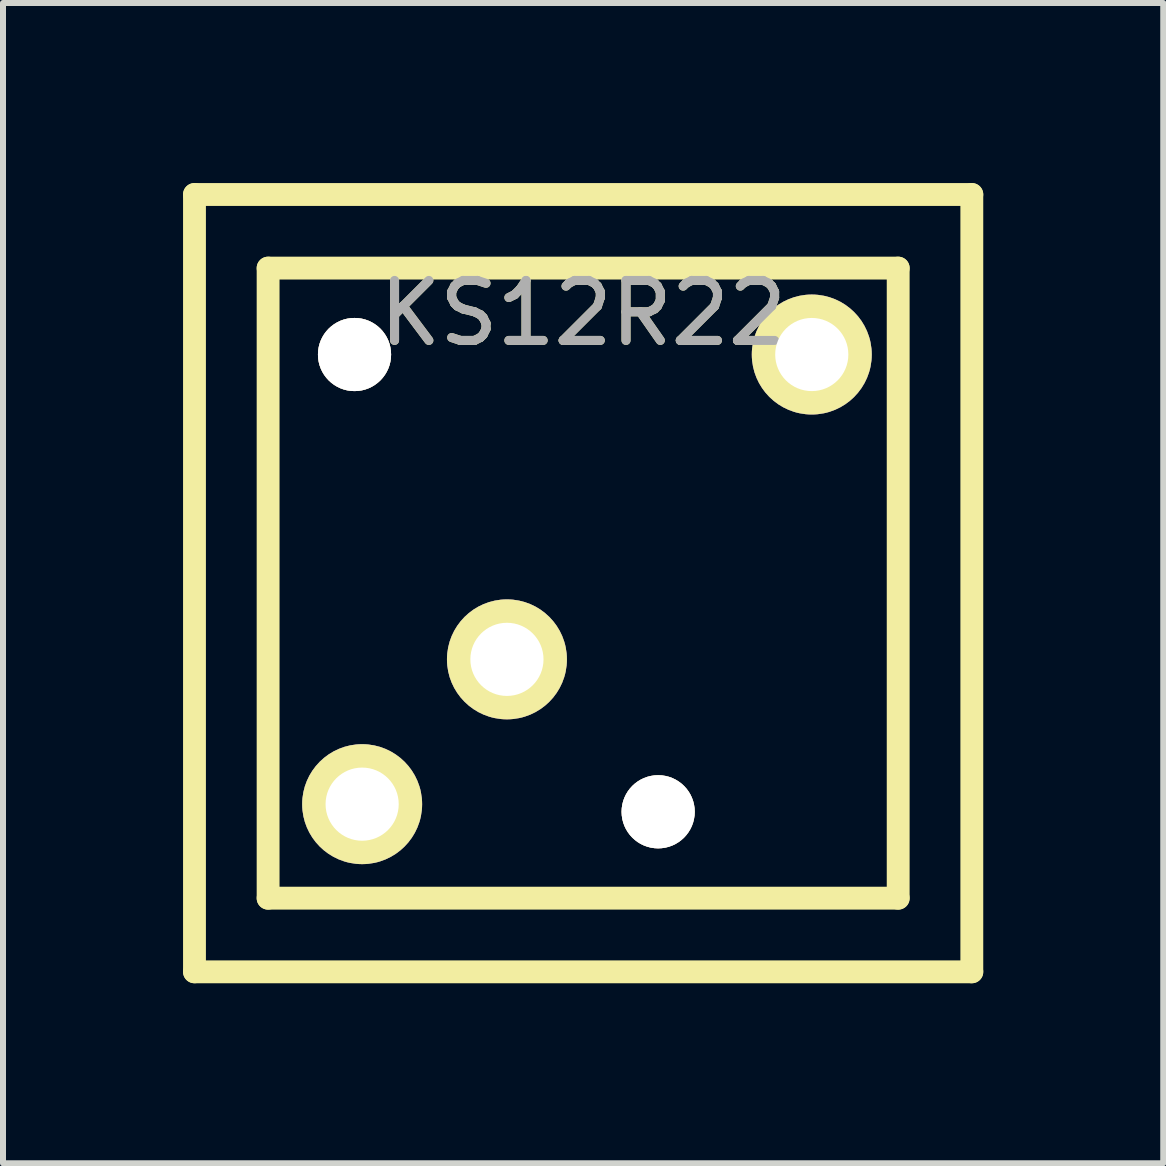
<source format=kicad_pcb>
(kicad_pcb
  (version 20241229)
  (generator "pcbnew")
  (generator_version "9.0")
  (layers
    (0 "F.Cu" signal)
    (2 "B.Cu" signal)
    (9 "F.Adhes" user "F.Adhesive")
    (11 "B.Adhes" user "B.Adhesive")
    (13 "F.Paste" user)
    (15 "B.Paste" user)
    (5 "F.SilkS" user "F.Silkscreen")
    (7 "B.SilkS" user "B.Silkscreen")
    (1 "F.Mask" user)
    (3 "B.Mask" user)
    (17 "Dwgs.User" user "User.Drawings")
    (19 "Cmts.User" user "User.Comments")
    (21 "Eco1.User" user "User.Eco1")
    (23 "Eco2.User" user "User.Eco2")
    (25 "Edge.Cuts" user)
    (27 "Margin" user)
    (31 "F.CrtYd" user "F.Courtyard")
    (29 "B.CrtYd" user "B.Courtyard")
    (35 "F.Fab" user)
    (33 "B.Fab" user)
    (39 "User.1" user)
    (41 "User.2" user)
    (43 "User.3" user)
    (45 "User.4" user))
  (footprint "KS12R22"
    (layer "F.Cu")
    (at 6.668 6.668)
    (property "Reference" "KS12R22" (at 0 -4.5 0) (layer "F.SilkS") (effects (font (size 1 1) (thickness 0.15))))
    (attr through_hole)
    (fp_line (start -6.477 6.477) (end -6.477 -6.477) (stroke (width 0.381) (type solid)) (layer "F.SilkS"))
    (fp_line (start -6.477 6.477) (end 6.477 6.477) (stroke (width 0.381) (type solid)) (layer "F.SilkS"))
    (fp_line (start -5.25 -5.25) (end 5.25 -5.25) (stroke (width 0.381) (type solid)) (layer "F.SilkS"))
    (fp_line (start -5.25 5.25) (end -5.25 -5.25) (stroke (width 0.381) (type solid)) (layer "F.SilkS"))
    (fp_line (start 5.25 -5.25) (end 5.25 5.25) (stroke (width 0.381) (type solid)) (layer "F.SilkS"))
    (fp_line (start 5.25 5.25) (end -5.25 5.25) (stroke (width 0.381) (type solid)) (layer "F.SilkS"))
    (fp_line (start 6.477 -6.477) (end -6.477 -6.477) (stroke (width 0.381) (type solid)) (layer "F.SilkS"))
    (fp_line (start 6.477 6.477) (end 6.477 -6.477) (stroke (width 0.381) (type solid)) (layer "F.SilkS"))
    (fp_text user "${REFERENCE}" (at 0 -4.5 0) (layer "F.Fab") (effects (font (size 1 1) (thickness 0.15))))
    (pad "" thru_hole circle (at -3.81 -3.81) (size 1.219 1.219) (drill 1.219) (layers "*.Cu" "*.Mask" "F.SilkS"))
    (pad "" thru_hole circle (at -3.683 3.683) (size 1.999 1.999) (drill 1.219) (layers "*.Cu" "*.Mask" "F.SilkS"))
    (pad "" thru_hole circle (at 1.25 3.81) (size 1.219 1.219) (drill 1.219) (layers "*.Cu" "*.Mask" "F.SilkS"))
    (pad "1" thru_hole circle (at 3.81 -3.81) (size 1.999 1.999) (drill 1.219) (layers "*.Cu" "*.Mask" "F.SilkS"))
    (pad "2" thru_hole circle (at -1.27 1.27) (size 1.999 1.999) (drill 1.219) (layers "*.Cu" "*.Mask" "F.SilkS")))
  (gr_rect
    (start -3 -3)
    (end 16.335 16.335)
    (stroke (width 0.1) (type default))
    (fill no)
    (layer "Edge.Cuts")))
</source>
